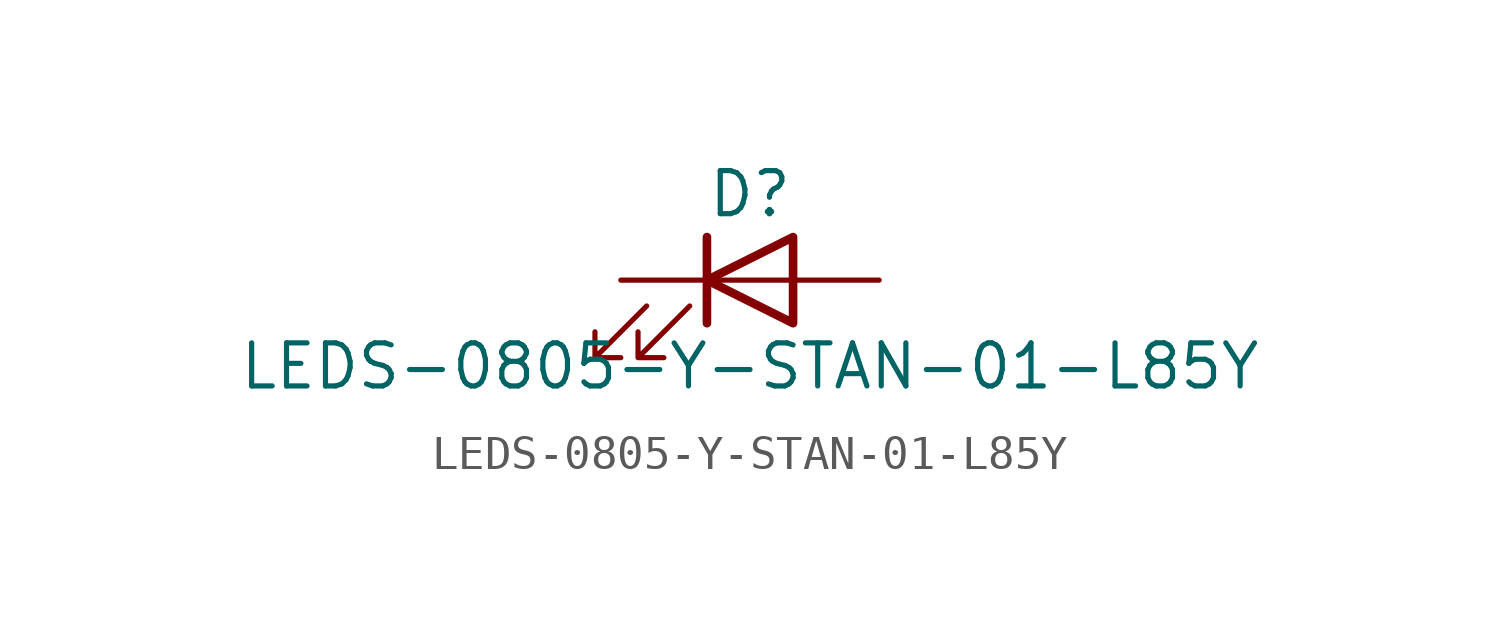
<source format=kicad_sym>
(kicad_symbol_lib
  (version 20211014)
  (generator kicad_symbol_editor)
  (symbol "LEDS-0805-Y-STAN-01-L85Y"
    (pin_numbers hide)
    (pin_names
      (offset 1.016) hide)
    (property "Reference" "D"
      (at 0 2.54 0)
      (effects (font (size 1.27 1.27))))
    (property "Value" "LEDS-0805-Y-STAN-01-L85Y"
      (at 0 -2.54 0)
      (effects (font (size 1.27 1.27))))
    (symbol "LEDS-0805-Y-STAN-01-L85Y_0_1"
      (polyline (pts (xy -1.27 -1.27) (xy -1.27 1.27)) (stroke (width 0.254) (type default) (color 0 0 0 0)) (fill (type none)))
      (polyline (pts (xy -1.27 0) (xy 1.27 0)) (stroke (width 0) (type default) (color 0 0 0 0)) (fill (type none)))
      (polyline (pts (xy 1.27 -1.27) (xy 1.27 1.27) (xy -1.27 0) (xy 1.27 -1.27)) (stroke (width 0.254) (type default) (color 0 0 0 0)) (fill (type none)))
      (polyline (pts (xy -3.048 -0.762) (xy -4.572 -2.286) (xy -3.81 -2.286) (xy -4.572 -2.286) (xy -4.572 -1.524)) (stroke (width 0) (type default) (color 0 0 0 0)) (fill (type none)))
      (polyline (pts (xy -1.778 -0.762) (xy -3.302 -2.286) (xy -2.54 -2.286) (xy -3.302 -2.286) (xy -3.302 -1.524)) (stroke (width 0) (type default) (color 0 0 0 0)) (fill (type none))))
    (symbol "LEDS-0805-Y-STAN-01-L85Y_1_1"
      (pin passive line (at -3.81 0 0) (length 2.54) (name "K" (effects (font (size 1.27 1.27)))) (number "1" (effects (font (size 1.27 1.27)))))
      (pin passive line (at 3.81 0 180) (length 2.54) (name "A" (effects (font (size 1.27 1.27)))) (number "2" (effects (font (size 1.27 1.27))))))))
</source>
